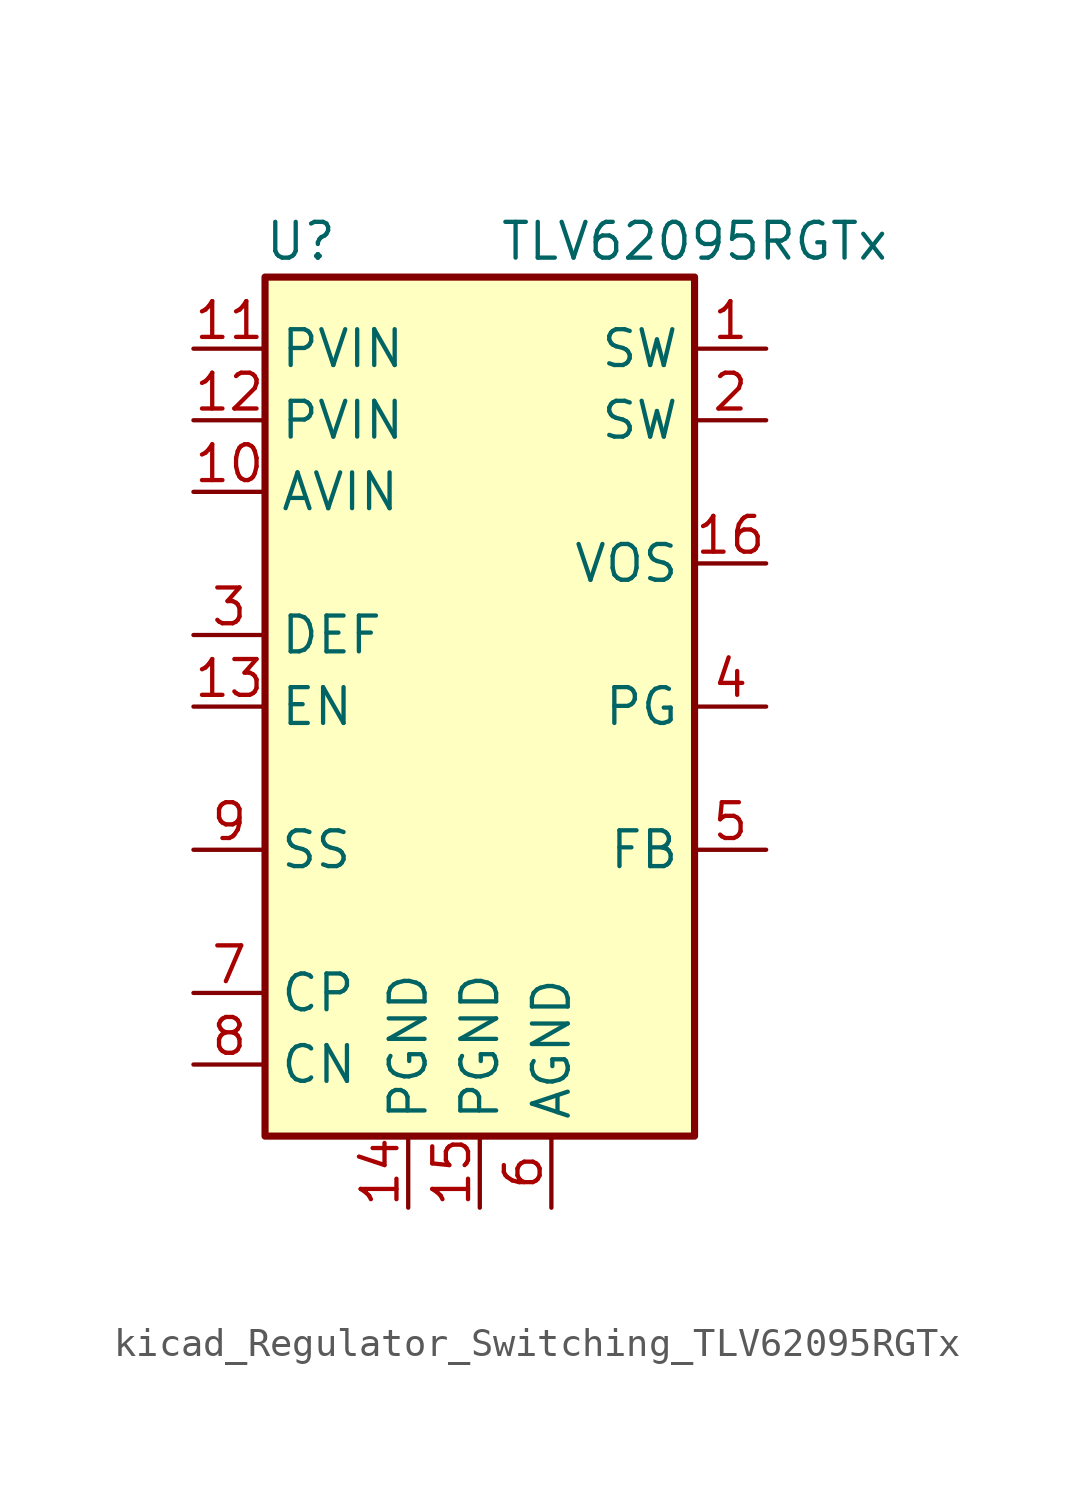
<source format=kicad_sym>
(kicad_symbol_lib
  (version 20220914)
  (generator kicad_symbol_editor)
  (symbol "kicad_Regulator_Switching_TLV62095RGTx"
    (property "Reference" "U"
      (at -6.35 16.51 0)
      (effects (font (size 1.27 1.27))))
    (property "Value" "TLV62095RGTx"
      (at 7.62 16.51 0)
      (effects (font (size 1.27 1.27))))
    (symbol "kicad_Regulator_Switching_TLV62095RGTx_0_1"
      (rectangle (start -7.62 -15.24) (end 7.62 15.24) (stroke (width 0.254) (type default)) (fill (type background)))
      (pin power_out line (at 10.16 12.7 180) (length 2.54) (name "SW" (effects (font (size 1.27 1.27)))) (number "1" (effects (font (size 1.27 1.27)))))
      (pin power_in line (at -10.16 7.62 0) (length 2.54) (name "AVIN" (effects (font (size 1.27 1.27)))) (number "10" (effects (font (size 1.27 1.27)))))
      (pin power_in line (at -10.16 12.7 0) (length 2.54) (name "PVIN" (effects (font (size 1.27 1.27)))) (number "11" (effects (font (size 1.27 1.27)))))
      (pin power_in line (at -10.16 10.16 0) (length 2.54) (name "PVIN" (effects (font (size 1.27 1.27)))) (number "12" (effects (font (size 1.27 1.27)))))
      (pin input line (at -10.16 0 0) (length 2.54) (name "EN" (effects (font (size 1.27 1.27)))) (number "13" (effects (font (size 1.27 1.27)))))
      (pin power_in line (at -2.54 -17.78 90) (length 2.54) (name "PGND" (effects (font (size 1.27 1.27)))) (number "14" (effects (font (size 1.27 1.27)))))
      (pin power_in line (at 0 -17.78 90) (length 2.54) (name "PGND" (effects (font (size 1.27 1.27)))) (number "15" (effects (font (size 1.27 1.27)))))
      (pin input line (at 10.16 5.08 180) (length 2.54) (name "VOS" (effects (font (size 1.27 1.27)))) (number "16" (effects (font (size 1.27 1.27)))))
      (pin passive line (at 2.54 -17.78 90) (length 2.54) hide (name "AGND" (effects (font (size 1.27 1.27)))) (number "17" (effects (font (size 1.27 1.27)))))
      (pin power_out line (at 10.16 10.16 180) (length 2.54) (name "SW" (effects (font (size 1.27 1.27)))) (number "2" (effects (font (size 1.27 1.27)))))
      (pin input line (at -10.16 2.54 0) (length 2.54) (name "DEF" (effects (font (size 1.27 1.27)))) (number "3" (effects (font (size 1.27 1.27)))))
      (pin tri_state line (at 10.16 0 180) (length 2.54) (name "PG" (effects (font (size 1.27 1.27)))) (number "4" (effects (font (size 1.27 1.27)))))
      (pin input line (at 10.16 -5.08 180) (length 2.54) (name "FB" (effects (font (size 1.27 1.27)))) (number "5" (effects (font (size 1.27 1.27)))))
      (pin power_in line (at 2.54 -17.78 90) (length 2.54) (name "AGND" (effects (font (size 1.27 1.27)))) (number "6" (effects (font (size 1.27 1.27)))))
      (pin passive line (at -10.16 -10.16 0) (length 2.54) (name "CP" (effects (font (size 1.27 1.27)))) (number "7" (effects (font (size 1.27 1.27)))))
      (pin passive line (at -10.16 -12.7 0) (length 2.54) (name "CN" (effects (font (size 1.27 1.27)))) (number "8" (effects (font (size 1.27 1.27)))))
      (pin input line (at -10.16 -5.08 0) (length 2.54) (name "SS" (effects (font (size 1.27 1.27)))) (number "9" (effects (font (size 1.27 1.27))))))))
</source>
